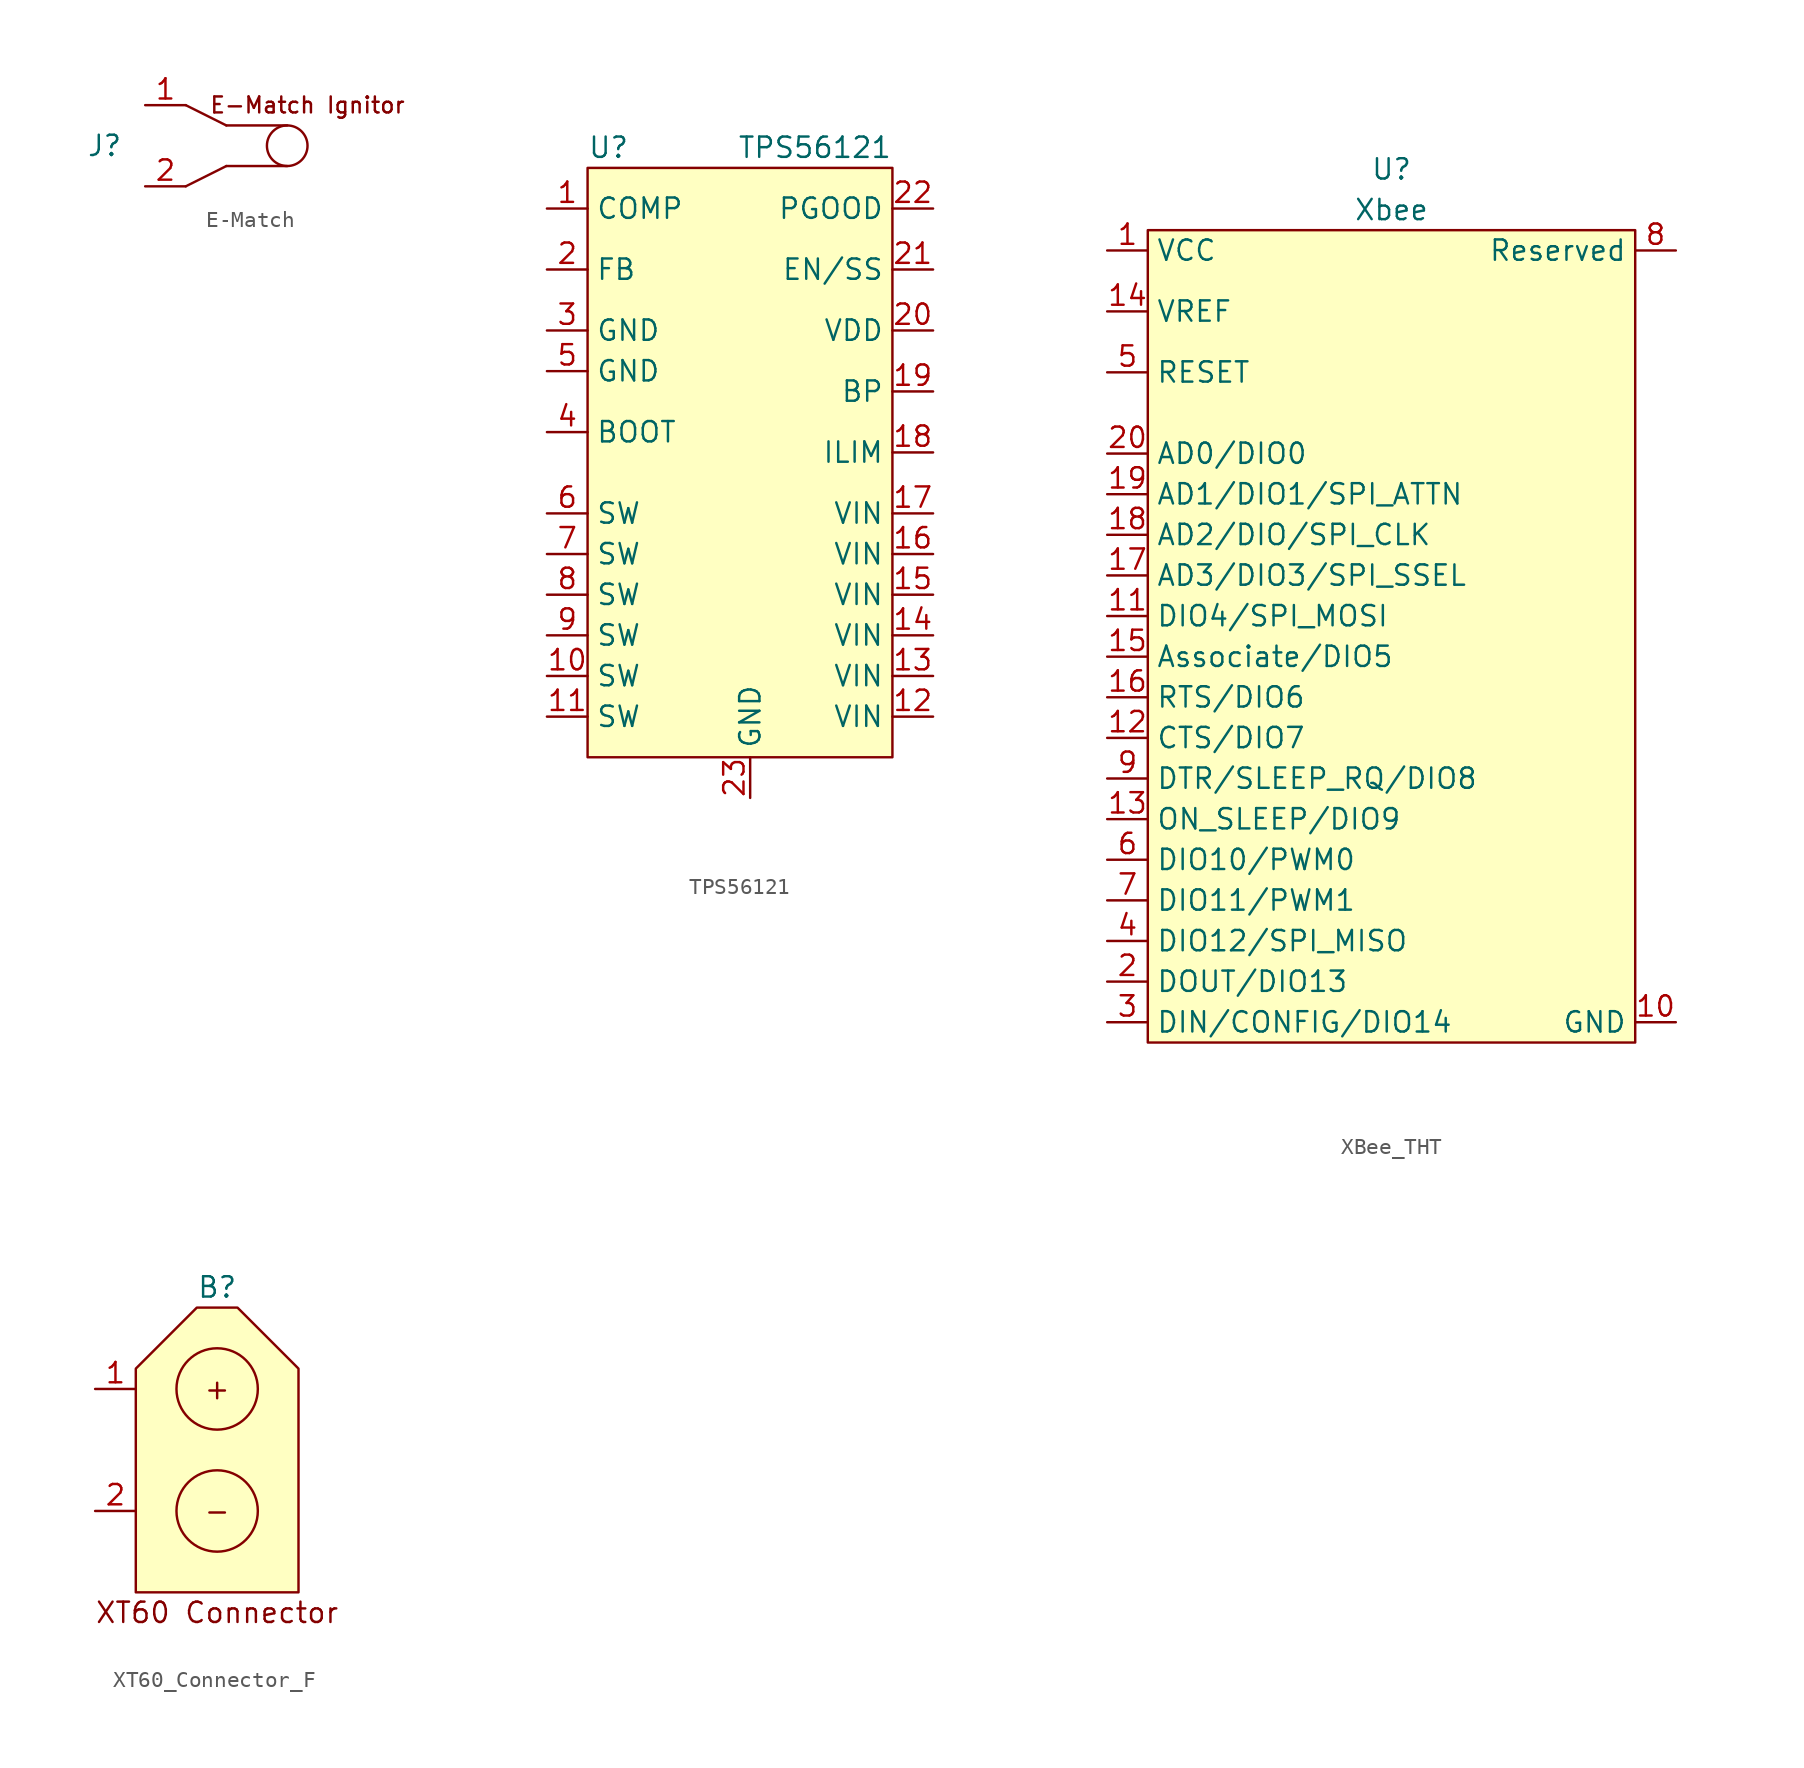
<source format=kicad_sym>
(kicad_symbol_lib
  (version 20220914)
  (generator kicad_symbol_editor)
  (symbol "E-Match"
    (property "Reference" "J"
      (at 0 0 0)
      (effects (font (size 1.27 1.27))))
    (property "Value" ""
      (at 0 0 0)
      (effects (font (size 1.27 1.27))))
    (symbol "E-Match_0_1"
      (polyline (pts (xy 5.08 2.54) (xy 7.62 1.27)) (stroke (width 0) (type default)) (fill (type none)))
      (polyline (pts (xy 7.62 -1.27) (xy 5.08 -2.54)) (stroke (width 0) (type default)) (fill (type none)))
      (polyline (pts (xy 11.43 -1.27) (xy 7.62 -1.27)) (stroke (width 0) (type default)) (fill (type none)))
      (polyline (pts (xy 11.43 1.27) (xy 7.62 1.27)) (stroke (width 0) (type default)) (fill (type none)))
      (circle (center 11.43 0) (radius 1.27) (stroke (width 0) (type default)) (fill (type none))))
    (symbol "E-Match_1_1"
      (text "E-Match Ignitor" (at 12.7 2.54 0) (effects (font (size 1 1))))
      (pin unspecified line (at 2.54 2.54 0) (length 2.54) (name "" (effects (font (size 1.27 1.27)))) (number "1" (effects (font (size 1.27 1.27)))))
      (pin unspecified line (at 2.54 -2.54 0) (length 2.54) (name "" (effects (font (size 1.27 1.27)))) (number "2" (effects (font (size 1.27 1.27)))))))
  (symbol "TPS56121"
    (property "Reference" "U"
      (at -10.16 20.32 0)
      (do_not_autoplace)
      (effects (font (size 1.27 1.27)) (justify left)))
    (property "Value" "TPS56121"
      (at 8.89 20.32 0)
      (effects (font (size 1.27 1.27)) (justify right)))
    (symbol "TPS56121_0_0"
      (pin unspecified line (at -12.7 16.51 0) (length 2.54) (name "COMP" (effects (font (size 1.27 1.27)))) (number "1" (effects (font (size 1.27 1.27)))))
      (pin unspecified line (at -12.7 -12.7 0) (length 2.54) (name "SW" (effects (font (size 1.27 1.27)))) (number "10" (effects (font (size 1.27 1.27)))))
      (pin unspecified line (at -12.7 -15.24 0) (length 2.54) (name "SW" (effects (font (size 1.27 1.27)))) (number "11" (effects (font (size 1.27 1.27)))))
      (pin unspecified line (at 11.43 -15.24 180) (length 2.54) (name "VIN" (effects (font (size 1.27 1.27)))) (number "12" (effects (font (size 1.27 1.27)))))
      (pin unspecified line (at 11.43 -12.7 180) (length 2.54) (name "VIN" (effects (font (size 1.27 1.27)))) (number "13" (effects (font (size 1.27 1.27)))))
      (pin unspecified line (at 11.43 -10.16 180) (length 2.54) (name "VIN" (effects (font (size 1.27 1.27)))) (number "14" (effects (font (size 1.27 1.27)))))
      (pin unspecified line (at 11.43 -7.62 180) (length 2.54) (name "VIN" (effects (font (size 1.27 1.27)))) (number "15" (effects (font (size 1.27 1.27)))))
      (pin unspecified line (at 11.43 -5.08 180) (length 2.54) (name "VIN" (effects (font (size 1.27 1.27)))) (number "16" (effects (font (size 1.27 1.27)))))
      (pin unspecified line (at 11.43 -2.54 180) (length 2.54) (name "VIN" (effects (font (size 1.27 1.27)))) (number "17" (effects (font (size 1.27 1.27)))))
      (pin unspecified line (at 11.43 1.27 180) (length 2.54) (name "ILIM" (effects (font (size 1.27 1.27)))) (number "18" (effects (font (size 1.27 1.27)))))
      (pin unspecified line (at 11.43 5.08 180) (length 2.54) (name "BP" (effects (font (size 1.27 1.27)))) (number "19" (effects (font (size 1.27 1.27)))))
      (pin unspecified line (at -12.7 12.7 0) (length 2.54) (name "FB" (effects (font (size 1.27 1.27)))) (number "2" (effects (font (size 1.27 1.27)))))
      (pin unspecified line (at 11.43 8.89 180) (length 2.54) (name "VDD" (effects (font (size 1.27 1.27)))) (number "20" (effects (font (size 1.27 1.27)))))
      (pin unspecified line (at 11.43 12.7 180) (length 2.54) (name "EN/SS" (effects (font (size 1.27 1.27)))) (number "21" (effects (font (size 1.27 1.27)))))
      (pin unspecified line (at 11.43 16.51 180) (length 2.54) (name "PGOOD" (effects (font (size 1.27 1.27)))) (number "22" (effects (font (size 1.27 1.27)))))
      (pin unspecified line (at -12.7 8.89 0) (length 2.54) (name "GND" (effects (font (size 1.27 1.27)))) (number "3" (effects (font (size 1.27 1.27)))))
      (pin unspecified line (at -12.7 2.54 0) (length 2.54) (name "BOOT" (effects (font (size 1.27 1.27)))) (number "4" (effects (font (size 1.27 1.27)))))
      (pin unspecified line (at -12.7 6.35 0) (length 2.54) (name "GND" (effects (font (size 1.27 1.27)))) (number "5" (effects (font (size 1.27 1.27)))))
      (pin unspecified line (at -12.7 -2.54 0) (length 2.54) (name "SW" (effects (font (size 1.27 1.27)))) (number "6" (effects (font (size 1.27 1.27)))))
      (pin unspecified line (at -12.7 -5.08 0) (length 2.54) (name "SW" (effects (font (size 1.27 1.27)))) (number "7" (effects (font (size 1.27 1.27)))))
      (pin unspecified line (at -12.7 -7.62 0) (length 2.54) (name "SW" (effects (font (size 1.27 1.27)))) (number "8" (effects (font (size 1.27 1.27)))))
      (pin unspecified line (at -12.7 -10.16 0) (length 2.54) (name "SW" (effects (font (size 1.27 1.27)))) (number "9" (effects (font (size 1.27 1.27))))))
    (symbol "TPS56121_1_0"
      (pin unspecified line (at 0 -20.32 90) (length 2.54) (name "GND" (effects (font (size 1.27 1.27)))) (number "23" (effects (font (size 1.27 1.27))))))
    (symbol "TPS56121_1_1"
      (rectangle (start -10.16 19.05) (end 8.89 -17.78) (stroke (width 0) (type default)) (fill (type background)))))
  (symbol "XBee_THT"
    (property "Reference" "U"
      (at 0 29.21 0)
      (do_not_autoplace)
      (effects (font (size 1.27 1.27))))
    (property "Value" "Xbee"
      (at 0 26.67 0)
      (do_not_autoplace)
      (effects (font (size 1.27 1.27))))
    (symbol "XBee_THT_0_0"
      (pin power_in line (at -17.78 24.13 0) (length 2.54) (name "VCC" (effects (font (size 1.27 1.27)))) (number "1" (effects (font (size 1.27 1.27)))))
      (pin unspecified line (at 17.78 -24.13 180) (length 2.54) (name "GND" (effects (font (size 1.27 1.27)))) (number "10" (effects (font (size 1.27 1.27)))))
      (pin bidirectional line (at -17.78 1.27 0) (length 2.54) (name "DIO4/SPI_MOSI" (effects (font (size 1.27 1.27)))) (number "11" (effects (font (size 1.27 1.27)))))
      (pin bidirectional line (at -17.78 -6.35 0) (length 2.54) (name "CTS/DIO7" (effects (font (size 1.27 1.27)))) (number "12" (effects (font (size 1.27 1.27)))))
      (pin bidirectional line (at -17.78 -11.43 0) (length 2.54) (name "ON_SLEEP/DIO9" (effects (font (size 1.27 1.27)))) (number "13" (effects (font (size 1.27 1.27)))))
      (pin unspecified line (at -17.78 20.32 0) (length 2.54) (name "VREF" (effects (font (size 1.27 1.27)))) (number "14" (effects (font (size 1.27 1.27)))))
      (pin bidirectional line (at -17.78 -1.27 0) (length 2.54) (name "Associate/DIO5" (effects (font (size 1.27 1.27)))) (number "15" (effects (font (size 1.27 1.27)))))
      (pin bidirectional line (at -17.78 -3.81 0) (length 2.54) (name "RTS/DIO6" (effects (font (size 1.27 1.27)))) (number "16" (effects (font (size 1.27 1.27)))))
      (pin bidirectional line (at -17.78 3.81 0) (length 2.54) (name "AD3/DIO3/SPI_SSEL" (effects (font (size 1.27 1.27)))) (number "17" (effects (font (size 1.27 1.27)))))
      (pin bidirectional line (at -17.78 6.35 0) (length 2.54) (name "AD2/DIO/SPI_CLK" (effects (font (size 1.27 1.27)))) (number "18" (effects (font (size 1.27 1.27)))))
      (pin bidirectional line (at -17.78 8.89 0) (length 2.54) (name "AD1/DIO1/SPI_ATTN" (effects (font (size 1.27 1.27)))) (number "19" (effects (font (size 1.27 1.27)))))
      (pin bidirectional line (at -17.78 -21.59 0) (length 2.54) (name "DOUT/DIO13" (effects (font (size 1.27 1.27)))) (number "2" (effects (font (size 1.27 1.27)))))
      (pin bidirectional line (at -17.78 11.43 0) (length 2.54) (name "AD0/DIO0" (effects (font (size 1.27 1.27)))) (number "20" (effects (font (size 1.27 1.27)))))
      (pin bidirectional line (at -17.78 -24.13 0) (length 2.54) (name "DIN/CONFIG/DIO14" (effects (font (size 1.27 1.27)))) (number "3" (effects (font (size 1.27 1.27)))))
      (pin bidirectional line (at -17.78 -19.05 0) (length 2.54) (name "DIO12/SPI_MISO" (effects (font (size 1.27 1.27)))) (number "4" (effects (font (size 1.27 1.27)))))
      (pin input line (at -17.78 16.51 0) (length 2.54) (name "RESET" (effects (font (size 1.27 1.27)))) (number "5" (effects (font (size 1.27 1.27)))))
      (pin bidirectional line (at -17.78 -13.97 0) (length 2.54) (name "DIO10/PWM0" (effects (font (size 1.27 1.27)))) (number "6" (effects (font (size 1.27 1.27)))))
      (pin bidirectional line (at -17.78 -16.51 0) (length 2.54) (name "DIO11/PWM1" (effects (font (size 1.27 1.27)))) (number "7" (effects (font (size 1.27 1.27)))))
      (pin unspecified line (at 17.78 24.13 180) (length 2.54) (name "Reserved" (effects (font (size 1.27 1.27)))) (number "8" (effects (font (size 1.27 1.27)))))
      (pin bidirectional line (at -17.78 -8.89 0) (length 2.54) (name "DTR/SLEEP_RQ/DIO8" (effects (font (size 1.27 1.27)))) (number "9" (effects (font (size 1.27 1.27))))))
    (symbol "XBee_THT_1_1"
      (rectangle (start -15.24 25.4) (end 15.24 -25.4) (stroke (width 0) (type default)) (fill (type background)))))
  (symbol "XT60_Connector_F"
    (property "Reference" "B"
      (at 0 10.16 0)
      (effects (font (size 1.27 1.27))))
    (property "Value" ""
      (at 0 0 0)
      (effects (font (size 1.27 1.27))))
    (symbol "XT60_Connector_F_1_1"
      (circle (center 0 -3.81) (radius 2.54) (stroke (width 0) (type default)) (fill (type none)))
      (polyline (pts (xy -1.27 8.89) (xy 1.27 8.89) (xy 5.08 5.08) (xy 5.08 -8.89) (xy -5.08 -8.89) (xy -5.08 5.08) (xy -1.27 8.89)) (stroke (width 0) (type default)) (fill (type background)))
      (circle (center 0 3.81) (radius 2.54) (stroke (width 0) (type default)) (fill (type none)))
      (text "+" (at 0 3.81 0) (effects (font (size 1.27 1.27))))
      (text "-" (at 0 -3.81 0) (effects (font (size 1.27 1.27))))
      (text "XT60 Connector" (at 0 -10.16 0) (effects (font (size 1.27 1.27))))
      (pin unspecified line (at -7.62 3.81 0) (length 2.54) (name "" (effects (font (size 1.27 1.27)))) (number "1" (effects (font (size 1.27 1.27)))))
      (pin unspecified line (at -7.62 -3.81 0) (length 2.54) (name "" (effects (font (size 1.27 1.27)))) (number "2" (effects (font (size 1.27 1.27))))))))
</source>
